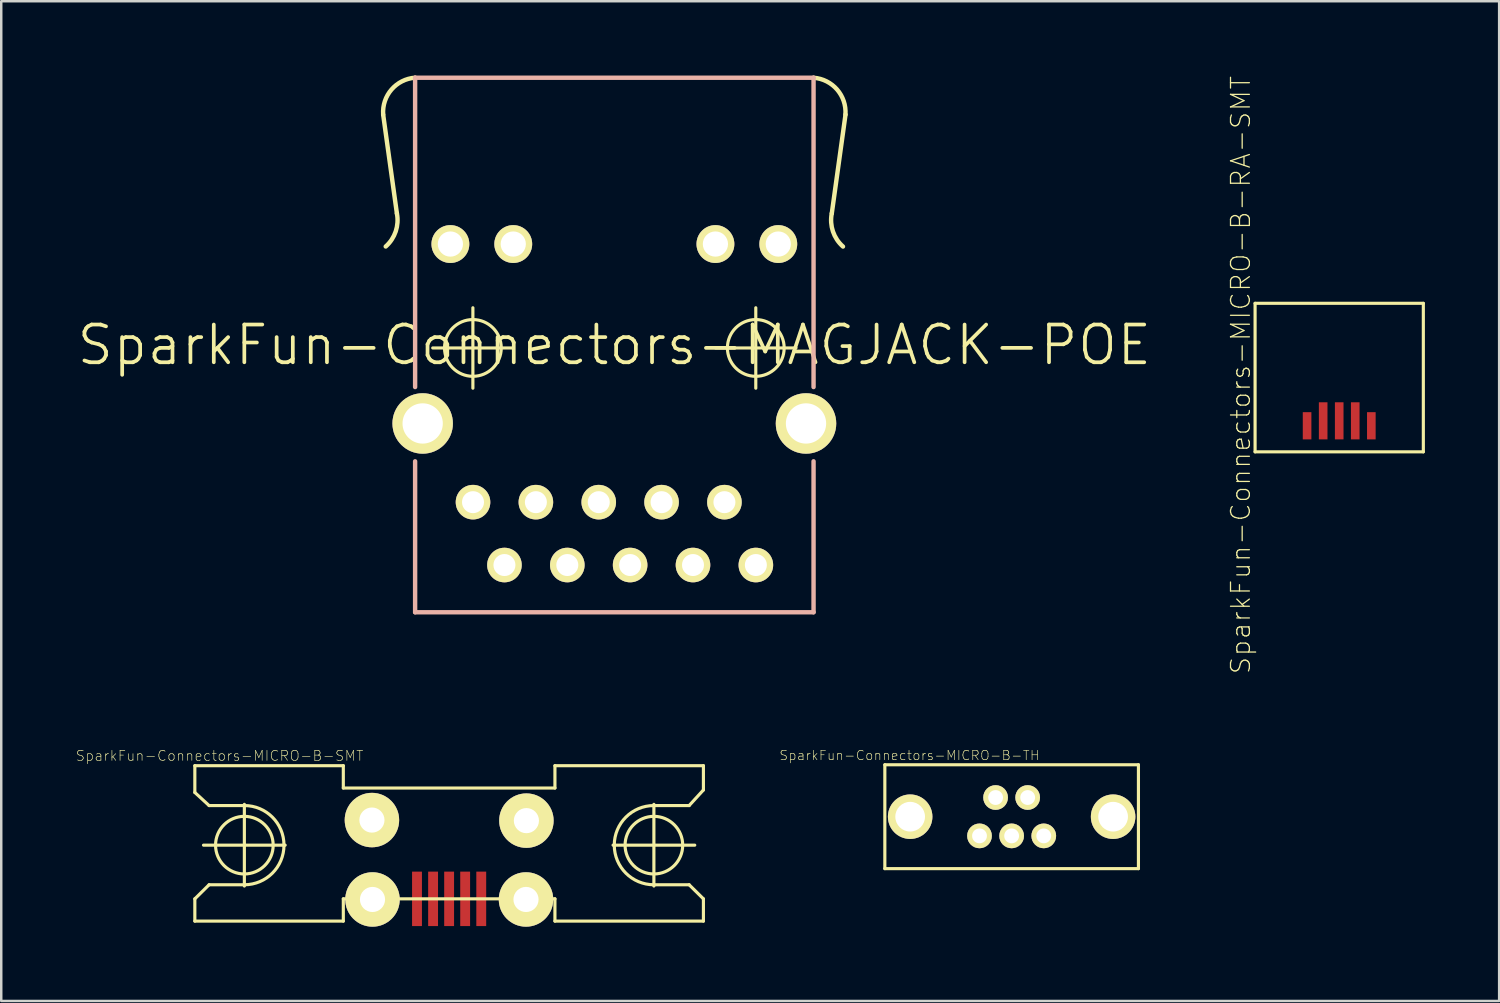
<source format=kicad_pcb>
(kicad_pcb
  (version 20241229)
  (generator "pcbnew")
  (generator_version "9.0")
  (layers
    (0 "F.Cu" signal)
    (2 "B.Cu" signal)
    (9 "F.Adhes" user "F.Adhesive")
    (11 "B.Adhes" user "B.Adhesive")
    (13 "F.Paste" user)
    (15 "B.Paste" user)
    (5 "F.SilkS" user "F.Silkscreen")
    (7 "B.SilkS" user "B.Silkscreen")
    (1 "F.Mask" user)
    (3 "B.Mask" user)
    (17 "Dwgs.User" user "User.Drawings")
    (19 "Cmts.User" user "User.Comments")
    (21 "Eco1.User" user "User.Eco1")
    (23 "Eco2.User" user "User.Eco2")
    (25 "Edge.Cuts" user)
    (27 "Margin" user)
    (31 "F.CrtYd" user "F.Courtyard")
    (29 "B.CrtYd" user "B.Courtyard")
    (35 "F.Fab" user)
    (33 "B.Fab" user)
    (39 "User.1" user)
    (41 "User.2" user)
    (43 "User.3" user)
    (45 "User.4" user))
  (footprint "SparkFun-Connectors-MICRO-B-TH"
    (layer "F.Cu")
    (at 37.823 29.947)
    (property "Reference" "SparkFun-Connectors-MICRO-B-TH" (at -4.128 -2.477 0) (layer "F.SilkS") (effects (font (size 0.381 0.381) (thickness 0.025))))
    (attr exclude_from_pos_files exclude_from_bom)
    (fp_line (start -5.123 -2.098) (end 5.123 -2.098) (stroke (width 0.127) (type solid)) (layer "F.SilkS"))
    (fp_line (start -5.123 2.098) (end -5.123 -2.098) (stroke (width 0.127) (type solid)) (layer "F.SilkS"))
    (fp_line (start -5.123 2.098) (end 5.123 2.098) (stroke (width 0.127) (type solid)) (layer "F.SilkS"))
    (fp_line (start 5.123 2.098) (end 5.123 -2.098) (stroke (width 0.127) (type solid)) (layer "F.SilkS"))
    (pad "1" thru_hole circle (at -1.298 0.775) (size 0.998 0.998) (drill 0.599) (layers "*.Cu" "F.Mask" "F.SilkS" "F.Paste"))
    (pad "2" thru_hole circle (at -0.648 -0.775) (size 0.998 0.998) (drill 0.599) (layers "*.Cu" "F.Mask" "F.SilkS" "F.Paste"))
    (pad "3" thru_hole circle (at 0 0.775) (size 0.998 0.998) (drill 0.599) (layers "*.Cu" "F.Mask" "F.SilkS" "F.Paste"))
    (pad "4" thru_hole circle (at 0.648 -0.775) (size 0.998 0.998) (drill 0.599) (layers "*.Cu" "F.Mask" "F.SilkS" "F.Paste"))
    (pad "5" thru_hole circle (at 1.298 0.775) (size 0.998 0.998) (drill 0.599) (layers "*.Cu" "F.Mask" "F.SilkS" "F.Paste"))
    (pad "P$1" thru_hole circle (at -4.1 0) (size 1.798 1.798) (drill 1.199) (layers "*.Cu" "F.Mask" "F.SilkS" "F.Paste"))
    (pad "P$2" thru_hole circle (at 4.1 0) (size 1.798 1.798) (drill 1.199) (layers "*.Cu" "F.Mask" "F.SilkS" "F.Paste")))
  (footprint "SparkFun-Connectors-MICRO-B-SMT"
    (layer "F.Cu")
    (at 15.096 33.266)
    (property "Reference" "SparkFun-Connectors-MICRO-B-SMT" (at -9.274 -5.781 0) (layer "F.SilkS") (effects (font (size 0.406 0.406) (thickness 0.025))))
    (attr smd)
    (fp_line (start -10.274 -5.38) (end -4.275 -5.38) (stroke (width 0.127) (type solid)) (layer "F.SilkS"))
    (fp_line (start -10.274 -4.298) (end -10.274 -5.38) (stroke (width 0.127) (type solid)) (layer "F.SilkS"))
    (fp_line (start -10.274 0) (end -10.274 0.899) (stroke (width 0.127) (type solid)) (layer "F.SilkS"))
    (fp_line (start -10.274 0.899) (end -4.275 0.899) (stroke (width 0.127) (type solid)) (layer "F.SilkS"))
    (fp_line (start -9.924 -2.169) (end -6.624 -2.169) (stroke (width 0.127) (type solid)) (layer "F.SilkS"))
    (fp_line (start -9.698 -3.769) (end -10.274 -4.298) (stroke (width 0.127) (type solid)) (layer "F.SilkS"))
    (fp_line (start -9.698 -3.769) (end -8.273 -3.769) (stroke (width 0.127) (type solid)) (layer "F.SilkS"))
    (fp_line (start -9.698 -0.569) (end -10.274 0) (stroke (width 0.127) (type solid)) (layer "F.SilkS"))
    (fp_line (start -9.698 -0.569) (end -8.273 -0.569) (stroke (width 0.127) (type solid)) (layer "F.SilkS"))
    (fp_line (start -8.273 -0.518) (end -8.273 -3.818) (stroke (width 0.127) (type solid)) (layer "F.SilkS"))
    (fp_line (start -4.275 -5.38) (end -4.275 -4.478) (stroke (width 0.127) (type solid)) (layer "F.SilkS"))
    (fp_line (start -4.275 -4.478) (end 4.275 -4.478) (stroke (width 0.127) (type solid)) (layer "F.SilkS"))
    (fp_line (start -4.275 0) (end 4.275 0) (stroke (width 0.127) (type solid)) (layer "F.SilkS"))
    (fp_line (start -4.275 0.899) (end -4.275 0) (stroke (width 0.127) (type solid)) (layer "F.SilkS"))
    (fp_line (start 4.275 -5.38) (end 4.275 -4.478) (stroke (width 0.127) (type solid)) (layer "F.SilkS"))
    (fp_line (start 4.275 0.899) (end 4.275 0) (stroke (width 0.127) (type solid)) (layer "F.SilkS"))
    (fp_line (start 6.624 -2.169) (end 9.924 -2.169) (stroke (width 0.127) (type solid)) (layer "F.SilkS"))
    (fp_line (start 8.273 -0.518) (end 8.273 -3.818) (stroke (width 0.127) (type solid)) (layer "F.SilkS"))
    (fp_line (start 9.698 -3.769) (end 8.273 -3.769) (stroke (width 0.127) (type solid)) (layer "F.SilkS"))
    (fp_line (start 9.698 -3.769) (end 10.274 -4.399) (stroke (width 0.127) (type solid)) (layer "F.SilkS"))
    (fp_line (start 9.698 -0.569) (end 8.273 -0.569) (stroke (width 0.127) (type solid)) (layer "F.SilkS"))
    (fp_line (start 9.698 -0.569) (end 10.274 0) (stroke (width 0.127) (type solid)) (layer "F.SilkS"))
    (fp_line (start 10.274 -5.38) (end 4.275 -5.38) (stroke (width 0.127) (type solid)) (layer "F.SilkS"))
    (fp_line (start 10.274 -4.399) (end 10.274 -5.38) (stroke (width 0.127) (type solid)) (layer "F.SilkS"))
    (fp_line (start 10.274 0) (end 10.274 0.899) (stroke (width 0.127) (type solid)) (layer "F.SilkS"))
    (fp_line (start 10.274 0.899) (end 4.275 0.899) (stroke (width 0.127) (type solid)) (layer "F.SilkS"))
    (fp_arc (start -8.27278 -3.76936) (mid -6.67258 -2.16916) (end -8.27278 -0.56896) (stroke (width 0.127) (type solid)) (layer "F.SilkS"))
    (fp_arc (start 8.27278 -0.56896) (mid 6.67258 -2.16916) (end 8.27278 -3.76936) (stroke (width 0.127) (type solid)) (layer "F.SilkS"))
    (fp_circle (center -8.273 -2.169) (end -9.096 -2.992) (stroke (width 0.127) (type solid)) (fill no) (layer "F.SilkS"))
    (fp_circle (center 8.273 -2.169) (end 9.096 -2.992) (stroke (width 0.127) (type solid)) (fill no) (layer "F.SilkS"))
    (pad "1" smd rect (at -1.298 0 90) (size 2.2 0.399) (layers "F.Cu" "F.Mask" "F.Paste"))
    (pad "2" smd rect (at -0.648 0 90) (size 2.2 0.399) (layers "F.Cu" "F.Mask" "F.Paste"))
    (pad "3" smd rect (at 0 0 90) (size 2.2 0.399) (layers "F.Cu" "F.Mask" "F.Paste"))
    (pad "4" smd rect (at 0.648 0 90) (size 2.2 0.399) (layers "F.Cu" "F.Mask" "F.Paste"))
    (pad "5" smd rect (at 1.298 0 90) (size 2.2 0.399) (layers "F.Cu" "F.Mask" "F.Paste"))
    (pad "P$6" thru_hole circle (at -3.119 -3.183 90) (size 2.2 2.2) (drill 1.016) (layers "*.Cu" "F.Mask" "F.SilkS" "F.Paste"))
    (pad "P$7" thru_hole circle (at -3.096 0.025 90) (size 2.2 2.2) (drill 1.016) (layers "*.Cu" "F.Mask" "F.SilkS" "F.Paste"))
    (pad "P$8" thru_hole circle (at 3.122 -3.16 90) (size 2.2 2.2) (drill 1.016) (layers "*.Cu" "F.Mask" "F.SilkS" "F.Paste"))
    (pad "P$9" thru_hole circle (at 3.106 0.025 90) (size 2.2 2.2) (drill 1.016) (layers "*.Cu" "F.Mask" "F.SilkS" "F.Paste")))
  (footprint "SparkFun-Connectors-MAGJACK-POE"
    (layer "F.Cu")
    (at 21.771 10.889)
    (property "Reference" "SparkFun-Connectors-MAGJACK-POE" (at 0 0 0) (layer "F.SilkS") (effects (font (size 1.524 1.524) (thickness 0.15))))
    (attr exclude_from_pos_files exclude_from_bom)
    (fp_line (start -8.786 -5.319) (end -9.34 -9.309) (stroke (width 0.178) (type solid)) (layer "F.SilkS"))
    (fp_line (start -7.338 0.119) (end -4.089 0.119) (stroke (width 0.127) (type solid)) (layer "F.SilkS"))
    (fp_line (start -5.715 1.745) (end -5.715 -1.504) (stroke (width 0.127) (type solid)) (layer "F.SilkS"))
    (fp_line (start 4.089 0.119) (end 7.338 0.119) (stroke (width 0.127) (type solid)) (layer "F.SilkS"))
    (fp_line (start 5.715 1.745) (end 5.715 -1.504) (stroke (width 0.127) (type solid)) (layer "F.SilkS"))
    (fp_line (start 8.786 -5.319) (end 9.34 -9.309) (stroke (width 0.178) (type solid)) (layer "F.SilkS"))
    (fp_arc (start -9.33958 -9.3091) (mid -9.002739 -10.32143) (end -8.049149 -10.799905) (stroke (width 0.1778) (type solid)) (layer "F.SilkS"))
    (fp_arc (start -8.78586 -5.31876) (mid -8.832722 -4.589228) (end -9.236478 -3.979806) (stroke (width 0.1778) (type solid)) (layer "F.SilkS"))
    (fp_arc (start 8.04926 -10.79754) (mid 9.001147 -10.319678) (end 9.337215 -9.308985) (stroke (width 0.1778) (type solid)) (layer "F.SilkS"))
    (fp_arc (start 9.23798 -3.97764) (mid 8.832947 -4.586602) (end 8.784748 -5.316371) (stroke (width 0.1778) (type solid)) (layer "F.SilkS"))
    (fp_circle (center -5.715 0.119) (end -6.525 0.93) (stroke (width 0.127) (type solid)) (fill no) (layer "F.SilkS"))
    (fp_circle (center 5.715 0.119) (end 6.525 0.93) (stroke (width 0.127) (type solid)) (fill no) (layer "F.SilkS"))
    (fp_line (start -8.049 -10.798) (end 8.049 -10.798) (stroke (width 0.178) (type solid)) (layer "B.SilkS"))
    (fp_line (start -8.049 1.699) (end -8.049 -10.798) (stroke (width 0.178) (type solid)) (layer "B.SilkS"))
    (fp_line (start -8.049 10.798) (end -8.049 4.699) (stroke (width 0.178) (type solid)) (layer "B.SilkS"))
    (fp_line (start 8.049 -10.798) (end 8.049 1.699) (stroke (width 0.178) (type solid)) (layer "B.SilkS"))
    (fp_line (start 8.049 10.798) (end -8.049 10.798) (stroke (width 0.178) (type solid)) (layer "B.SilkS"))
    (fp_line (start 8.049 10.798) (end 8.049 4.699) (stroke (width 0.178) (type solid)) (layer "B.SilkS"))
    (pad "1" thru_hole circle (at 5.718 8.89) (size 1.397 1.397) (drill 0.889) (layers "*.Cu" "F.Mask" "F.SilkS" "F.Paste"))
    (pad "2" thru_hole circle (at 4.448 6.35) (size 1.397 1.397) (drill 0.889) (layers "*.Cu" "F.Mask" "F.SilkS" "F.Paste"))
    (pad "3" thru_hole circle (at 3.178 8.89) (size 1.397 1.397) (drill 0.889) (layers "*.Cu" "F.Mask" "F.SilkS" "F.Paste"))
    (pad "4" thru_hole circle (at 1.908 6.35) (size 1.397 1.397) (drill 0.889) (layers "*.Cu" "F.Mask" "F.SilkS" "F.Paste"))
    (pad "5" thru_hole circle (at 0.638 8.89) (size 1.397 1.397) (drill 0.889) (layers "*.Cu" "F.Mask" "F.SilkS" "F.Paste"))
    (pad "6" thru_hole circle (at -0.63 6.35) (size 1.397 1.397) (drill 0.889) (layers "*.Cu" "F.Mask" "F.SilkS" "F.Paste"))
    (pad "7" thru_hole circle (at -1.9 8.89) (size 1.397 1.397) (drill 0.889) (layers "*.Cu" "F.Mask" "F.SilkS" "F.Paste"))
    (pad "8" thru_hole circle (at -3.17 6.35) (size 1.397 1.397) (drill 0.889) (layers "*.Cu" "F.Mask" "F.SilkS" "F.Paste"))
    (pad "9" thru_hole circle (at -4.44 8.89) (size 1.397 1.397) (drill 0.889) (layers "*.Cu" "F.Mask" "F.SilkS" "F.Paste"))
    (pad "10" thru_hole circle (at -5.71 6.35) (size 1.397 1.397) (drill 0.889) (layers "*.Cu" "F.Mask" "F.SilkS" "F.Paste"))
    (pad "11" thru_hole circle (at 6.624 -4.079) (size 1.529 1.529) (drill 1.019) (layers "*.Cu" "F.Mask" "F.SilkS" "F.Paste"))
    (pad "12" thru_hole circle (at 4.084 -4.079) (size 1.529 1.529) (drill 1.019) (layers "*.Cu" "F.Mask" "F.SilkS" "F.Paste"))
    (pad "13" thru_hole circle (at -4.084 -4.079) (size 1.529 1.529) (drill 1.019) (layers "*.Cu" "F.Mask" "F.SilkS" "F.Paste"))
    (pad "14" thru_hole circle (at -6.624 -4.079) (size 1.529 1.529) (drill 1.019) (layers "*.Cu" "F.Mask" "F.SilkS" "F.Paste"))
    (pad "GND0" thru_hole circle (at -7.744 3.17) (size 2.443 2.443) (drill 1.628) (layers "*.Cu" "F.Mask" "F.SilkS" "F.Paste"))
    (pad "GND1" thru_hole circle (at 7.744 3.17) (size 2.443 2.443) (drill 1.628) (layers "*.Cu" "F.Mask" "F.SilkS" "F.Paste")))
  (footprint "SparkFun-Connectors-MICRO-B-RA-SMT"
    (layer "F.Cu")
    (at 51.058 12.205)
    (property "Reference" "SparkFun-Connectors-MICRO-B-RA-SMT" (at -3.98 -0.104 90) (layer "F.SilkS") (effects (font (size 0.762 0.762) (thickness 0.051))))
    (attr smd)
    (fp_line (start -3.399 3) (end -3.399 -3) (stroke (width 0.127) (type solid)) (layer "F.SilkS"))
    (fp_line (start -3.399 3) (end 3.399 3) (stroke (width 0.127) (type solid)) (layer "F.SilkS"))
    (fp_line (start 3.399 -3) (end -3.399 -3) (stroke (width 0.127) (type solid)) (layer "F.SilkS"))
    (fp_line (start 3.399 -3) (end 3.399 3) (stroke (width 0.127) (type solid)) (layer "F.SilkS"))
    (pad "1" smd rect (at 1.298 1.948 90) (size 1.1 0.348) (layers "F.Cu" "F.Mask" "F.Paste"))
    (pad "2" smd rect (at 0.648 1.748 90) (size 1.499 0.348) (layers "F.Cu" "F.Mask" "F.Paste"))
    (pad "3" smd rect (at 0 1.748 90) (size 1.499 0.348) (layers "F.Cu" "F.Mask" "F.Paste"))
    (pad "4" smd rect (at -0.648 1.748 90) (size 1.499 0.348) (layers "F.Cu" "F.Mask" "F.Paste"))
    (pad "5" smd rect (at -1.298 1.948 90) (size 1.1 0.348) (layers "F.Cu" "F.Mask" "F.Paste")))
  (gr_rect
    (start -3 -3)
    (end 57.52 37.391)
    (stroke (width 0.1) (type default))
    (fill no)
    (layer "Edge.Cuts")))
</source>
